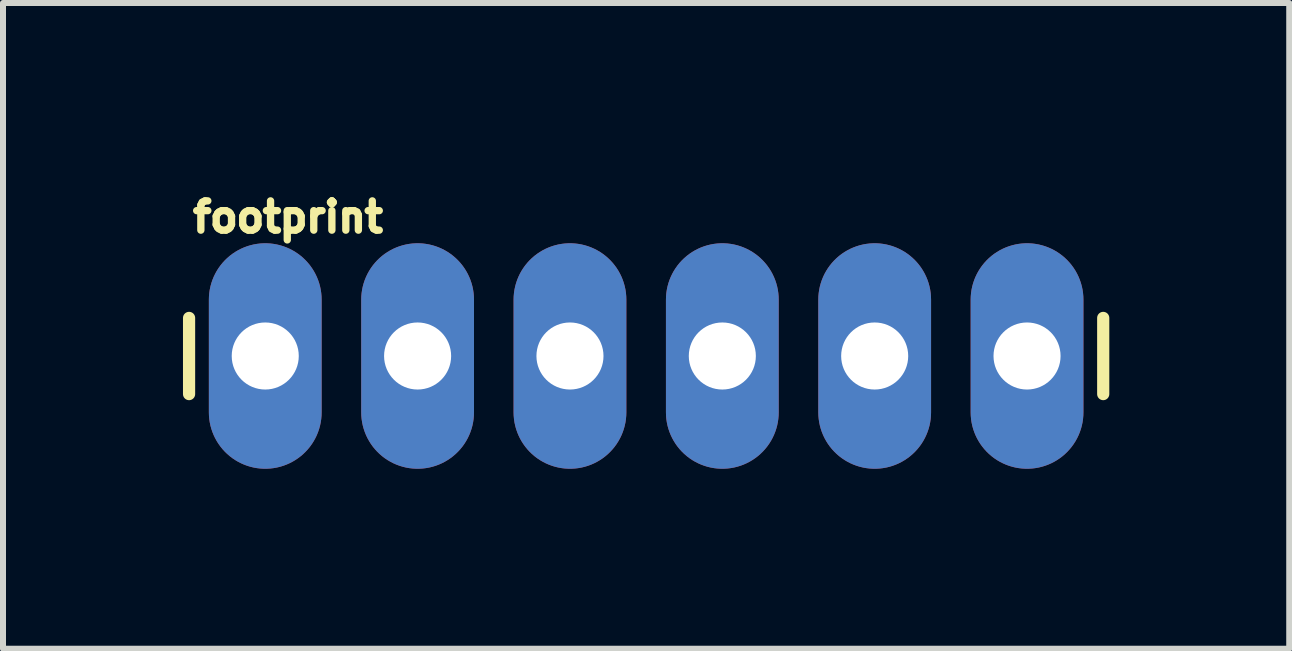
<source format=kicad_pcb>
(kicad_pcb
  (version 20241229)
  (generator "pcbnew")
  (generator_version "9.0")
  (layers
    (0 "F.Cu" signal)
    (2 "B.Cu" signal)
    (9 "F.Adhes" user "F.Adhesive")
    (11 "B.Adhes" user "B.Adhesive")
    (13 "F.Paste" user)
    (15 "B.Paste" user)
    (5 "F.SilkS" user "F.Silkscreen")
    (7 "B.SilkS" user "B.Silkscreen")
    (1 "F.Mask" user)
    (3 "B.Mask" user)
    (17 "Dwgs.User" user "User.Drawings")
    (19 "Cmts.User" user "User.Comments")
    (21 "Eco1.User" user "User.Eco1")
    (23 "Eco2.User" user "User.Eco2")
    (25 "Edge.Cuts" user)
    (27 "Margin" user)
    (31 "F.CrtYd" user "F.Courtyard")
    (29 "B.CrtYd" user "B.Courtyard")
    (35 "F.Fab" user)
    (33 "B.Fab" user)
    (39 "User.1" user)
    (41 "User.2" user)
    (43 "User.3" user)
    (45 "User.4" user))
  (footprint "footprint"
    (layer "F.Cu")
    (at 1.372 2.885)
    (property "Reference" "footprint" (at -1.27 -2.032 0) (layer "F.SilkS") (effects (font (size 0.488 0.488) (thickness 0.122)) (justify left bottom)))
    (fp_line (start -1.27 -0.635) (end -1.27 0.635) (stroke (width 0.203) (type solid)) (layer "F.SilkS"))
    (fp_line (start 13.97 -0.635) (end 13.97 0.635) (stroke (width 0.203) (type solid)) (layer "F.SilkS"))
    (fp_poly (pts (xy -0.254 0.254) (xy 0.254 0.254) (xy 0.254 -0.254) (xy -0.254 -0.254)) (stroke (width 0.1) (type solid)) (fill no) (layer "F.Fab"))
    (fp_poly (pts (xy 2.286 0.254) (xy 2.794 0.254) (xy 2.794 -0.254) (xy 2.286 -0.254)) (stroke (width 0.1) (type solid)) (fill no) (layer "F.Fab"))
    (fp_poly (pts (xy 4.826 0.254) (xy 5.334 0.254) (xy 5.334 -0.254) (xy 4.826 -0.254)) (stroke (width 0.1) (type solid)) (fill no) (layer "F.Fab"))
    (fp_poly (pts (xy 7.366 0.254) (xy 7.874 0.254) (xy 7.874 -0.254) (xy 7.366 -0.254)) (stroke (width 0.1) (type solid)) (fill no) (layer "F.Fab"))
    (fp_poly (pts (xy 9.906 0.254) (xy 10.414 0.254) (xy 10.414 -0.254) (xy 9.906 -0.254)) (stroke (width 0.1) (type solid)) (fill no) (layer "F.Fab"))
    (fp_poly (pts (xy 12.446 0.254) (xy 12.954 0.254) (xy 12.954 -0.254) (xy 12.446 -0.254)) (stroke (width 0.1) (type solid)) (fill no) (layer "F.Fab"))
    (pad "1" thru_hole oval (at 0 0 90) (size 3.759 1.88) (drill 1.118) (layers "*.Cu" "*.Mask"))
    (pad "2" thru_hole oval (at 2.54 0 90) (size 3.759 1.88) (drill 1.118) (layers "*.Cu" "*.Mask"))
    (pad "3" thru_hole oval (at 5.08 0 90) (size 3.759 1.88) (drill 1.118) (layers "*.Cu" "*.Mask"))
    (pad "4" thru_hole oval (at 7.62 0 90) (size 3.759 1.88) (drill 1.118) (layers "*.Cu" "*.Mask"))
    (pad "5" thru_hole oval (at 10.16 0 90) (size 3.759 1.88) (drill 1.118) (layers "*.Cu" "*.Mask"))
    (pad "6" thru_hole oval (at 12.7 0 90) (size 3.759 1.88) (drill 1.118) (layers "*.Cu" "*.Mask")))
  (gr_rect
    (start -3 -3)
    (end 18.443 7.765)
    (stroke (width 0.1) (type default))
    (fill no)
    (layer "Edge.Cuts")))
</source>
